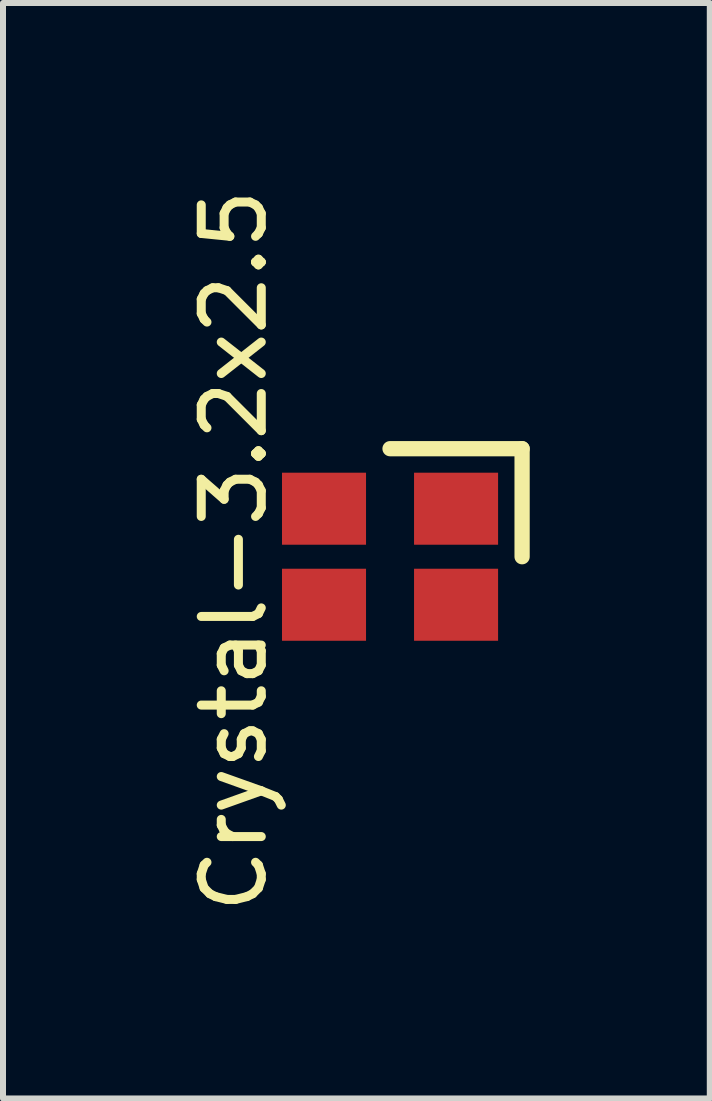
<source format=kicad_pcb>
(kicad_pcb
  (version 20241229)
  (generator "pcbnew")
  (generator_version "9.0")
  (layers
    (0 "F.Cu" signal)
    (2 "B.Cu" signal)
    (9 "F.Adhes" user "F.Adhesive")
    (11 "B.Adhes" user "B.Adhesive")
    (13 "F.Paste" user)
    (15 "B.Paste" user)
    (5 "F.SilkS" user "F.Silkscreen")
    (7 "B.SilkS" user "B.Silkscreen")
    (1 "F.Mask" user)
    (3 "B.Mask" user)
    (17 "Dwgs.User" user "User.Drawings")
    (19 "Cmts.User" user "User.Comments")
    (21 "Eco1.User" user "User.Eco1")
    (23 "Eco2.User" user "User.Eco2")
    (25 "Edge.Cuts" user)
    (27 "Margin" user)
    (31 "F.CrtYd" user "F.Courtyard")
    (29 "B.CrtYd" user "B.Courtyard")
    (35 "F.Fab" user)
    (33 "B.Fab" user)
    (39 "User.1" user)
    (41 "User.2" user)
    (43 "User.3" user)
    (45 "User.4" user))
  (footprint "Crystal-3.2x2.5"
    (layer "F.Cu")
    (at 3.448 6.225)
    (property "Reference" "Crystal-3.2x2.5" (at -2.6 -0.1 90) (layer "F.SilkS") (effects (font (size 1 1) (thickness 0.15))))
    (attr through_hole)
    (fp_line (start 0 -1.8) (end 2.2 -1.8) (stroke (width 0.254) (type solid)) (layer "F.SilkS"))
    (fp_line (start 2.2 -1.8) (end 2.2 0) (stroke (width 0.254) (type solid)) (layer "F.SilkS"))
    (pad "1" smd rect (at 1.1 -0.8) (size 1.4 1.2) (layers "F.Cu" "F.Mask" "F.Paste"))
    (pad "2" smd rect (at -1.1 0.8) (size 1.4 1.2) (layers "F.Cu" "F.Mask" "F.Paste"))
    (pad "3" smd rect (at -1.1 -0.8) (size 1.4 1.2) (layers "F.Cu" "F.Mask" "F.Paste"))
    (pad "3" smd rect (at 1.1 0.8) (size 1.4 1.2) (layers "F.Cu" "F.Mask" "F.Paste")))
  (gr_rect
    (start -3 -3)
    (end 8.775 15.25)
    (stroke (width 0.1) (type default))
    (fill no)
    (layer "Edge.Cuts")))
</source>
